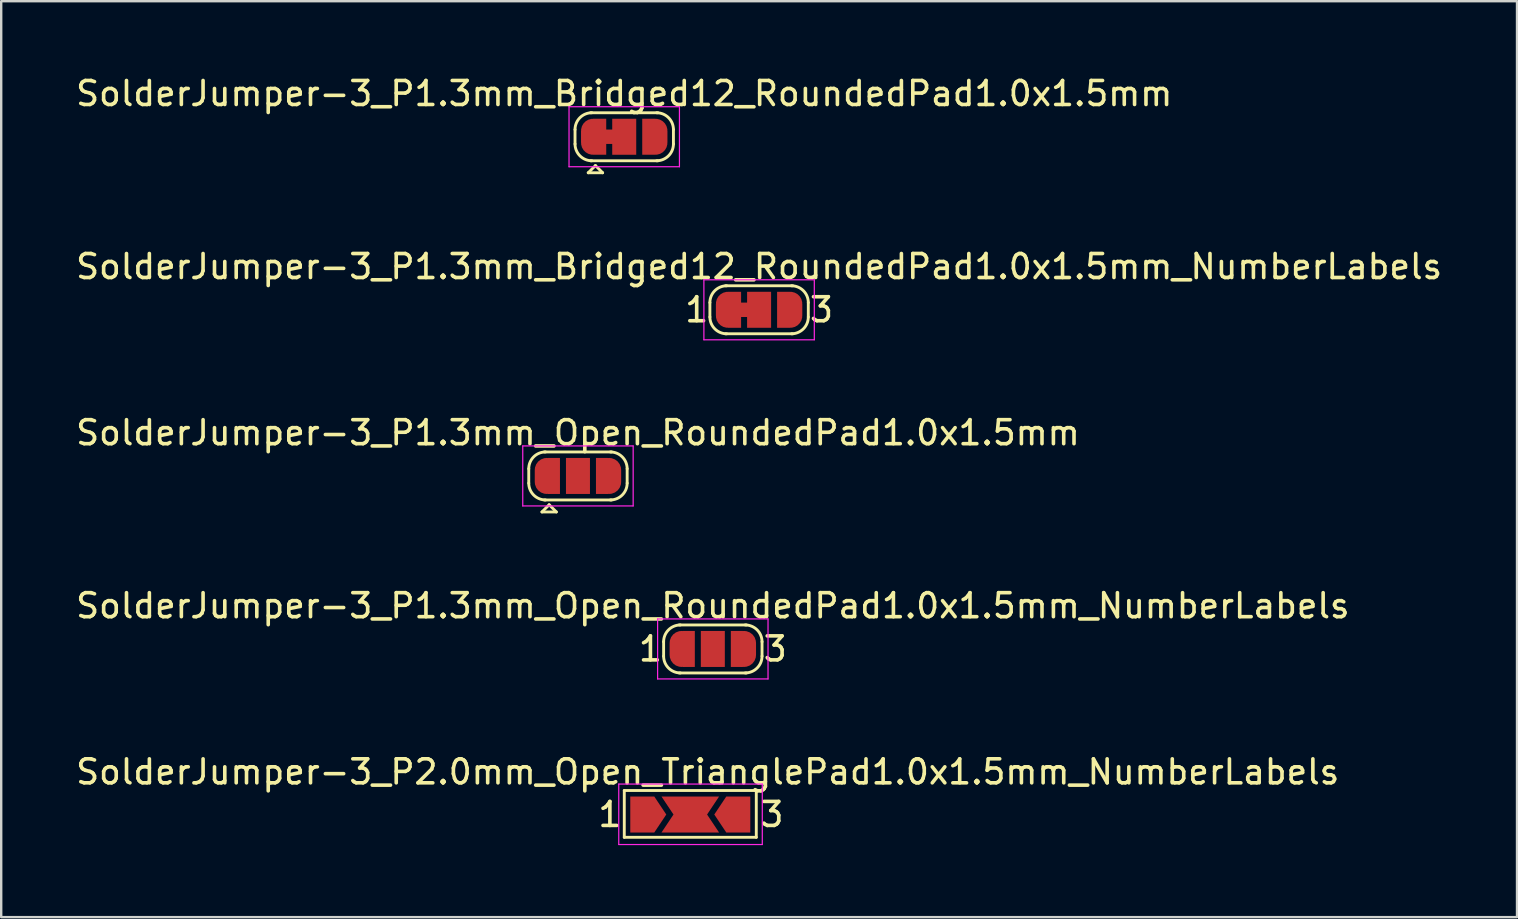
<source format=kicad_pcb>
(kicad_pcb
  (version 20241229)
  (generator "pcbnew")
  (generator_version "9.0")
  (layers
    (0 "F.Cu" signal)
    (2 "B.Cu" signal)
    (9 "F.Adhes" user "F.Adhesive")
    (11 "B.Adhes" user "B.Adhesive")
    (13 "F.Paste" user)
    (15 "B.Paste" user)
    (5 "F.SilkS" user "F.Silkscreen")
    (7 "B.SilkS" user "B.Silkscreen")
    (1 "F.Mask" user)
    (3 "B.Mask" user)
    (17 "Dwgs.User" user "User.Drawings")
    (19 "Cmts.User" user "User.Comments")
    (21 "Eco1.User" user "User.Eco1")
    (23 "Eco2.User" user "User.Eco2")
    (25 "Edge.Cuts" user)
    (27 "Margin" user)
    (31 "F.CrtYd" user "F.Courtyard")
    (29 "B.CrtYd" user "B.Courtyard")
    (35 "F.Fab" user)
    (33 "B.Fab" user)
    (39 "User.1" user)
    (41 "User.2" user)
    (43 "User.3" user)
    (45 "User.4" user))
  (footprint "SolderJumper-3_P1.3mm_Open_RoundedPad1.0x1.5mm_NumberLabels"
    (layer "F.Cu")
    (at 26.649 23.988)
    (property "Reference" "SolderJumper-3_P1.3mm_Open_RoundedPad1.0x1.5mm_NumberLabels" (at 0 -1.8 0) (layer "F.SilkS") (effects (font (size 1 1) (thickness 0.15))))
    (attr exclude_from_pos_files exclude_from_bom)
    (fp_line (start -2.05 0.3) (end -2.05 -0.3) (stroke (width 0.12) (type solid)) (layer "F.SilkS"))
    (fp_line (start -1.4 -1) (end 1.4 -1) (stroke (width 0.12) (type solid)) (layer "F.SilkS"))
    (fp_line (start 1.4 1) (end -1.4 1) (stroke (width 0.12) (type solid)) (layer "F.SilkS"))
    (fp_line (start 2.05 -0.3) (end 2.05 0.3) (stroke (width 0.12) (type solid)) (layer "F.SilkS"))
    (fp_arc (start -2.05 -0.3) (mid -1.844975 -0.794975) (end -1.35 -1) (stroke (width 0.12) (type solid)) (layer "F.SilkS"))
    (fp_arc (start -1.35 1) (mid -1.844975 0.794975) (end -2.05 0.3) (stroke (width 0.12) (type solid)) (layer "F.SilkS"))
    (fp_arc (start 1.35 -1) (mid 1.844975 -0.794975) (end 2.05 -0.3) (stroke (width 0.12) (type solid)) (layer "F.SilkS"))
    (fp_arc (start 2.05 0.3) (mid 1.844975 0.794975) (end 1.35 1) (stroke (width 0.12) (type solid)) (layer "F.SilkS"))
    (fp_line (start -2.3 -1.25) (end -2.3 1.25) (stroke (width 0.05) (type solid)) (layer "F.CrtYd"))
    (fp_line (start -2.3 -1.25) (end 2.3 -1.25) (stroke (width 0.05) (type solid)) (layer "F.CrtYd"))
    (fp_line (start 2.3 1.25) (end -2.3 1.25) (stroke (width 0.05) (type solid)) (layer "F.CrtYd"))
    (fp_line (start 2.3 1.25) (end 2.3 -1.25) (stroke (width 0.05) (type solid)) (layer "F.CrtYd"))
    (fp_text user "3" (at 2.6 0 0) (layer "F.SilkS") (effects (font (size 1 1) (thickness 0.15))))
    (fp_text user "1" (at -2.6 0 0) (layer "F.SilkS") (effects (font (size 1 1) (thickness 0.15))))
    (pad "1" smd roundrect (at -1.3 0) (size 1 1.5) (layers "F.Cu" "F.Mask") (roundrect_rratio 0.5))
    (pad "1" smd rect (at -1 0) (size 0.5 1.5) (layers "F.Cu" "F.Mask"))
    (pad "2" smd rect (at 0 0) (size 1 1.5) (layers "F.Cu" "F.Mask"))
    (pad "3" smd rect (at 1 0) (size 0.5 1.5) (layers "F.Cu" "F.Mask"))
    (pad "3" smd roundrect (at 1.3 0) (size 1 1.5) (layers "F.Cu" "F.Mask") (roundrect_rratio 0.5)))
  (footprint "SolderJumper-3_P2.0mm_Open_TrianglePad1.0x1.5mm_NumberLabels"
    (layer "F.Cu")
    (at 25.71 30.886)
    (property "Reference" "SolderJumper-3_P2.0mm_Open_TrianglePad1.0x1.5mm_NumberLabels" (at 0.725 -1.775 0) (layer "F.SilkS") (effects (font (size 1 1) (thickness 0.15))))
    (attr exclude_from_pos_files exclude_from_bom)
    (fp_line (start -2.75 -1) (end 2.75 -1) (stroke (width 0.12) (type solid)) (layer "F.SilkS"))
    (fp_line (start -2.75 0.95) (end -2.75 -1) (stroke (width 0.12) (type solid)) (layer "F.SilkS"))
    (fp_line (start 2.75 -1) (end 2.75 0.95) (stroke (width 0.12) (type solid)) (layer "F.SilkS"))
    (fp_line (start 2.75 0.95) (end -2.75 0.95) (stroke (width 0.12) (type solid)) (layer "F.SilkS"))
    (fp_line (start -2.98 -1.27) (end -2.98 1.25) (stroke (width 0.05) (type solid)) (layer "F.CrtYd"))
    (fp_line (start -2.98 -1.27) (end 3 -1.27) (stroke (width 0.05) (type solid)) (layer "F.CrtYd"))
    (fp_line (start 3 1.25) (end -2.98 1.25) (stroke (width 0.05) (type solid)) (layer "F.CrtYd"))
    (fp_line (start 3 1.25) (end 3 -1.27) (stroke (width 0.05) (type solid)) (layer "F.CrtYd"))
    (fp_text user "1" (at -3.35 0 0) (layer "F.SilkS") (effects (font (size 1 1) (thickness 0.15))))
    (fp_text user "3" (at 3.4 0 0) (layer "F.SilkS") (effects (font (size 1 1) (thickness 0.15))))
    (pad "" smd rect (at -1.2 0) (size 1.5 1.5) (layers "F.Paste"))
    (pad "" smd rect (at 1.2 0) (size 1.5 1.5) (layers "F.Paste"))
    (pad "1" smd custom (at -2 0) (size 0.3 0.3) (layers "F.Cu" "F.Mask") (options (anchor rect)) (primitives (gr_poly (pts (xy -0.5 -0.75) (xy 0.5 -0.75) (xy 1 0) (xy 0.5 0.75) (xy -0.5 0.75)) (width 0) (fill yes))))
    (pad "2" smd custom (at 0 0) (size 0.3 0.3) (layers "F.Cu") (options (anchor rect)) (primitives (gr_poly (pts (xy -1.2 -0.75) (xy 1.2 -0.75) (xy 0.7 0) (xy 1.2 0.75) (xy -1.2 0.75) (xy -0.7 0)) (width 0) (fill yes))))
    (pad "3" smd custom (at 2 0 180) (size 0.3 0.3) (layers "F.Cu" "F.Mask") (options (anchor rect)) (primitives (gr_poly (pts (xy -0.5 -0.75) (xy 0.5 -0.75) (xy 1 0) (xy 0.5 0.75) (xy -0.5 0.75)) (width 0) (fill yes)))))
  (footprint "SolderJumper-3_P1.3mm_Open_RoundedPad1.0x1.5mm"
    (layer "F.Cu")
    (at 21.03 16.78)
    (property "Reference" "SolderJumper-3_P1.3mm_Open_RoundedPad1.0x1.5mm" (at 0 -1.8 0) (layer "F.SilkS") (effects (font (size 1 1) (thickness 0.15))))
    (attr exclude_from_pos_files exclude_from_bom)
    (fp_line (start -2.05 0.3) (end -2.05 -0.3) (stroke (width 0.12) (type solid)) (layer "F.SilkS"))
    (fp_line (start -1.5 1.5) (end -0.9 1.5) (stroke (width 0.12) (type solid)) (layer "F.SilkS"))
    (fp_line (start -1.4 -1) (end 1.4 -1) (stroke (width 0.12) (type solid)) (layer "F.SilkS"))
    (fp_line (start -1.2 1.2) (end -1.5 1.5) (stroke (width 0.12) (type solid)) (layer "F.SilkS"))
    (fp_line (start -1.2 1.2) (end -0.9 1.5) (stroke (width 0.12) (type solid)) (layer "F.SilkS"))
    (fp_line (start 1.4 1) (end -1.4 1) (stroke (width 0.12) (type solid)) (layer "F.SilkS"))
    (fp_line (start 2.05 -0.3) (end 2.05 0.3) (stroke (width 0.12) (type solid)) (layer "F.SilkS"))
    (fp_arc (start -2.05 -0.3) (mid -1.844975 -0.794975) (end -1.35 -1) (stroke (width 0.12) (type solid)) (layer "F.SilkS"))
    (fp_arc (start -1.35 1) (mid -1.844975 0.794975) (end -2.05 0.3) (stroke (width 0.12) (type solid)) (layer "F.SilkS"))
    (fp_arc (start 1.35 -1) (mid 1.844975 -0.794975) (end 2.05 -0.3) (stroke (width 0.12) (type solid)) (layer "F.SilkS"))
    (fp_arc (start 2.05 0.3) (mid 1.844975 0.794975) (end 1.35 1) (stroke (width 0.12) (type solid)) (layer "F.SilkS"))
    (fp_line (start -2.3 -1.25) (end -2.3 1.25) (stroke (width 0.05) (type solid)) (layer "F.CrtYd"))
    (fp_line (start -2.3 -1.25) (end 2.3 -1.25) (stroke (width 0.05) (type solid)) (layer "F.CrtYd"))
    (fp_line (start 2.3 1.25) (end -2.3 1.25) (stroke (width 0.05) (type solid)) (layer "F.CrtYd"))
    (fp_line (start 2.3 1.25) (end 2.3 -1.25) (stroke (width 0.05) (type solid)) (layer "F.CrtYd"))
    (pad "1" smd roundrect (at -1.3 0) (size 1 1.5) (layers "F.Cu" "F.Mask") (roundrect_rratio 0.5))
    (pad "1" smd rect (at -1 0) (size 0.5 1.5) (layers "F.Cu" "F.Mask"))
    (pad "2" smd rect (at 0 0) (size 1 1.5) (layers "F.Cu" "F.Mask"))
    (pad "3" smd rect (at 1 0) (size 0.5 1.5) (layers "F.Cu" "F.Mask"))
    (pad "3" smd roundrect (at 1.3 0) (size 1 1.5) (layers "F.Cu" "F.Mask") (roundrect_rratio 0.5)))
  (footprint "SolderJumper-3_P1.3mm_Bridged12_RoundedPad1.0x1.5mm"
    (layer "F.Cu")
    (at 22.958 2.648)
    (property "Reference" "SolderJumper-3_P1.3mm_Bridged12_RoundedPad1.0x1.5mm" (at 0 -1.8 0) (layer "F.SilkS") (effects (font (size 1 1) (thickness 0.15))))
    (attr exclude_from_pos_files exclude_from_bom)
    (fp_line (start -2.05 0.3) (end -2.05 -0.3) (stroke (width 0.12) (type solid)) (layer "F.SilkS"))
    (fp_line (start -1.5 1.5) (end -0.9 1.5) (stroke (width 0.12) (type solid)) (layer "F.SilkS"))
    (fp_line (start -1.4 -1) (end 1.4 -1) (stroke (width 0.12) (type solid)) (layer "F.SilkS"))
    (fp_line (start -1.2 1.2) (end -1.5 1.5) (stroke (width 0.12) (type solid)) (layer "F.SilkS"))
    (fp_line (start -1.2 1.2) (end -0.9 1.5) (stroke (width 0.12) (type solid)) (layer "F.SilkS"))
    (fp_line (start 1.4 1) (end -1.4 1) (stroke (width 0.12) (type solid)) (layer "F.SilkS"))
    (fp_line (start 2.05 -0.3) (end 2.05 0.3) (stroke (width 0.12) (type solid)) (layer "F.SilkS"))
    (fp_arc (start -2.05 -0.3) (mid -1.844975 -0.794975) (end -1.35 -1) (stroke (width 0.12) (type solid)) (layer "F.SilkS"))
    (fp_arc (start -1.35 1) (mid -1.844975 0.794975) (end -2.05 0.3) (stroke (width 0.12) (type solid)) (layer "F.SilkS"))
    (fp_arc (start 1.35 -1) (mid 1.844975 -0.794975) (end 2.05 -0.3) (stroke (width 0.12) (type solid)) (layer "F.SilkS"))
    (fp_arc (start 2.05 0.3) (mid 1.844975 0.794975) (end 1.35 1) (stroke (width 0.12) (type solid)) (layer "F.SilkS"))
    (fp_line (start -2.3 -1.25) (end -2.3 1.25) (stroke (width 0.05) (type solid)) (layer "F.CrtYd"))
    (fp_line (start -2.3 -1.25) (end 2.3 -1.25) (stroke (width 0.05) (type solid)) (layer "F.CrtYd"))
    (fp_line (start 2.3 1.25) (end -2.3 1.25) (stroke (width 0.05) (type solid)) (layer "F.CrtYd"))
    (fp_line (start 2.3 1.25) (end 2.3 -1.25) (stroke (width 0.05) (type solid)) (layer "F.CrtYd"))
    (pad "1" smd custom (at -1.3 0) (size 1 0.5) (layers "F.Cu" "F.Mask") (options (anchor rect)) (primitives (gr_circle (center 0 0.25) (end 0.5 0.25) (width 0) (fill yes)) (gr_circle (center 0 -0.25) (end 0.5 -0.25) (width 0) (fill yes)) (gr_poly (pts (xy 0.55 -0.75) (xy 0 -0.75) (xy 0 0.75) (xy 0.55 0.75)) (width 0) (fill yes)) (gr_poly (pts (xy 0.4 -0.3) (xy 0.9 -0.3) (xy 0.9 0.3) (xy 0.4 0.3)) (width 0) (fill yes))))
    (pad "2" smd rect (at 0 0) (size 1 1.5) (layers "F.Cu" "F.Mask"))
    (pad "3" smd custom (at 1.3 0) (size 1 0.5) (layers "F.Cu" "F.Mask") (options (anchor rect)) (primitives (gr_circle (center 0 0.25) (end 0.5 0.25) (width 0) (fill yes)) (gr_circle (center 0 -0.25) (end 0.5 -0.25) (width 0) (fill yes)) (gr_poly (pts (xy -0.55 -0.75) (xy 0 -0.75) (xy 0 0.75) (xy -0.55 0.75)) (width 0) (fill yes)))))
  (footprint "SolderJumper-3_P1.3mm_Bridged12_RoundedPad1.0x1.5mm_NumberLabels"
    (layer "F.Cu")
    (at 28.577 9.857)
    (property "Reference" "SolderJumper-3_P1.3mm_Bridged12_RoundedPad1.0x1.5mm_NumberLabels" (at 0 -1.8 0) (layer "F.SilkS") (effects (font (size 1 1) (thickness 0.15))))
    (attr exclude_from_pos_files exclude_from_bom)
    (fp_line (start -2.05 0.3) (end -2.05 -0.3) (stroke (width 0.12) (type solid)) (layer "F.SilkS"))
    (fp_line (start -1.4 -1) (end 1.4 -1) (stroke (width 0.12) (type solid)) (layer "F.SilkS"))
    (fp_line (start 1.4 1) (end -1.4 1) (stroke (width 0.12) (type solid)) (layer "F.SilkS"))
    (fp_line (start 2.05 -0.3) (end 2.05 0.3) (stroke (width 0.12) (type solid)) (layer "F.SilkS"))
    (fp_arc (start -2.05 -0.3) (mid -1.844975 -0.794975) (end -1.35 -1) (stroke (width 0.12) (type solid)) (layer "F.SilkS"))
    (fp_arc (start -1.35 1) (mid -1.844975 0.794975) (end -2.05 0.3) (stroke (width 0.12) (type solid)) (layer "F.SilkS"))
    (fp_arc (start 1.35 -1) (mid 1.844975 -0.794975) (end 2.05 -0.3) (stroke (width 0.12) (type solid)) (layer "F.SilkS"))
    (fp_arc (start 2.05 0.3) (mid 1.844975 0.794975) (end 1.35 1) (stroke (width 0.12) (type solid)) (layer "F.SilkS"))
    (fp_line (start -2.3 -1.25) (end -2.3 1.25) (stroke (width 0.05) (type solid)) (layer "F.CrtYd"))
    (fp_line (start -2.3 -1.25) (end 2.3 -1.25) (stroke (width 0.05) (type solid)) (layer "F.CrtYd"))
    (fp_line (start 2.3 1.25) (end -2.3 1.25) (stroke (width 0.05) (type solid)) (layer "F.CrtYd"))
    (fp_line (start 2.3 1.25) (end 2.3 -1.25) (stroke (width 0.05) (type solid)) (layer "F.CrtYd"))
    (fp_text user "3" (at 2.6 0 0) (layer "F.SilkS") (effects (font (size 1 1) (thickness 0.15))))
    (fp_text user "1" (at -2.6 0 0) (layer "F.SilkS") (effects (font (size 1 1) (thickness 0.15))))
    (pad "1" smd custom (at -1.3 0) (size 1 0.5) (layers "F.Cu" "F.Mask") (options (anchor rect)) (primitives (gr_circle (center 0 0.25) (end 0.5 0.25) (width 0) (fill yes)) (gr_circle (center 0 -0.25) (end 0.5 -0.25) (width 0) (fill yes)) (gr_poly (pts (xy 0.55 -0.75) (xy 0 -0.75) (xy 0 0.75) (xy 0.55 0.75)) (width 0) (fill yes)) (gr_poly (pts (xy 0.4 -0.3) (xy 0.9 -0.3) (xy 0.9 0.3) (xy 0.4 0.3)) (width 0) (fill yes))))
    (pad "2" smd rect (at 0 0) (size 1 1.5) (layers "F.Cu" "F.Mask"))
    (pad "3" smd custom (at 1.3 0) (size 1 0.5) (layers "F.Cu" "F.Mask") (options (anchor rect)) (primitives (gr_circle (center 0 0.25) (end 0.5 0.25) (width 0) (fill yes)) (gr_circle (center 0 -0.25) (end 0.5 -0.25) (width 0) (fill yes)) (gr_poly (pts (xy -0.55 -0.75) (xy 0 -0.75) (xy 0 0.75) (xy -0.55 0.75)) (width 0) (fill yes)))))
  (gr_rect
    (start -3 -3)
    (end 60.155 35.161)
    (stroke (width 0.1) (type default))
    (fill no)
    (layer "Edge.Cuts")))
</source>
